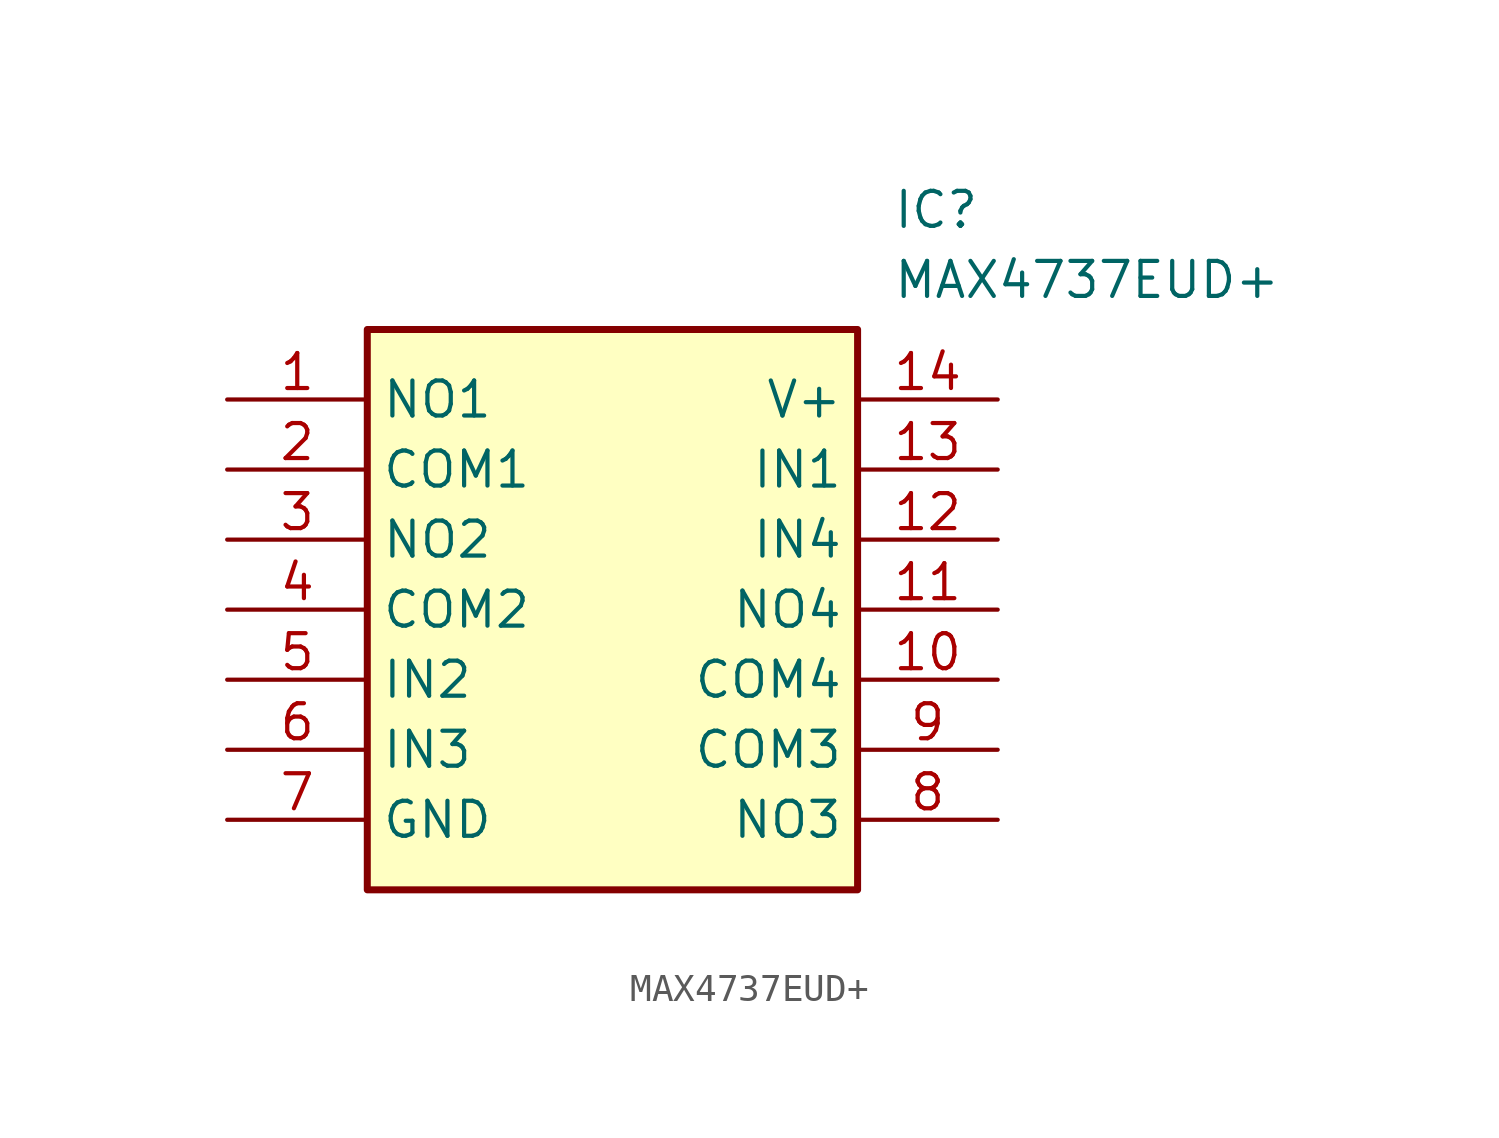
<source format=kicad_sym>
(kicad_symbol_lib
  (version 20211014)
  (generator SamacSys_ECAD_Model)
  (symbol "MAX4737EUD+"
    (property "Reference" "IC"
      (at 24.13 7.62 0)
      (effects (font (size 1.27 1.27)) (justify left top)))
    (property "Value" "MAX4737EUD+"
      (at 24.13 5.08 0)
      (effects (font (size 1.27 1.27)) (justify left top)))
    (rectangle
      (start 5.08 2.54)
      (end 22.86 -17.78)
      (stroke (width 0.254) (type default))
      (fill (type background)))
    (pin passive line
      (at 0 0 0)
      (length 5.08)
      (name "NO1" (effects (font (size 1.27 1.27))))
      (number "1" (effects (font (size 1.27 1.27)))))
    (pin passive line
      (at 0 -2.54 0)
      (length 5.08)
      (name "COM1" (effects (font (size 1.27 1.27))))
      (number "2" (effects (font (size 1.27 1.27)))))
    (pin passive line
      (at 0 -5.08 0)
      (length 5.08)
      (name "NO2" (effects (font (size 1.27 1.27))))
      (number "3" (effects (font (size 1.27 1.27)))))
    (pin passive line
      (at 0 -7.62 0)
      (length 5.08)
      (name "COM2" (effects (font (size 1.27 1.27))))
      (number "4" (effects (font (size 1.27 1.27)))))
    (pin input line
      (at 0 -10.16 0)
      (length 5.08)
      (name "IN2" (effects (font (size 1.27 1.27))))
      (number "5" (effects (font (size 1.27 1.27)))))
    (pin input line
      (at 0 -12.7 0)
      (length 5.08)
      (name "IN3" (effects (font (size 1.27 1.27))))
      (number "6" (effects (font (size 1.27 1.27)))))
    (pin power_in line
      (at 0 -15.24 0)
      (length 5.08)
      (name "GND" (effects (font (size 1.27 1.27))))
      (number "7" (effects (font (size 1.27 1.27)))))
    (pin passive line
      (at 27.94 0 180)
      (length 5.08)
      (name "V+" (effects (font (size 1.27 1.27))))
      (number "14" (effects (font (size 1.27 1.27)))))
    (pin input line
      (at 27.94 -2.54 180)
      (length 5.08)
      (name "IN1" (effects (font (size 1.27 1.27))))
      (number "13" (effects (font (size 1.27 1.27)))))
    (pin input line
      (at 27.94 -5.08 180)
      (length 5.08)
      (name "IN4" (effects (font (size 1.27 1.27))))
      (number "12" (effects (font (size 1.27 1.27)))))
    (pin passive line
      (at 27.94 -7.62 180)
      (length 5.08)
      (name "NO4" (effects (font (size 1.27 1.27))))
      (number "11" (effects (font (size 1.27 1.27)))))
    (pin passive line
      (at 27.94 -10.16 180)
      (length 5.08)
      (name "COM4" (effects (font (size 1.27 1.27))))
      (number "10" (effects (font (size 1.27 1.27)))))
    (pin passive line
      (at 27.94 -12.7 180)
      (length 5.08)
      (name "COM3" (effects (font (size 1.27 1.27))))
      (number "9" (effects (font (size 1.27 1.27)))))
    (pin passive line
      (at 27.94 -15.24 180)
      (length 5.08)
      (name "NO3" (effects (font (size 1.27 1.27))))
      (number "8" (effects (font (size 1.27 1.27)))))))
</source>
